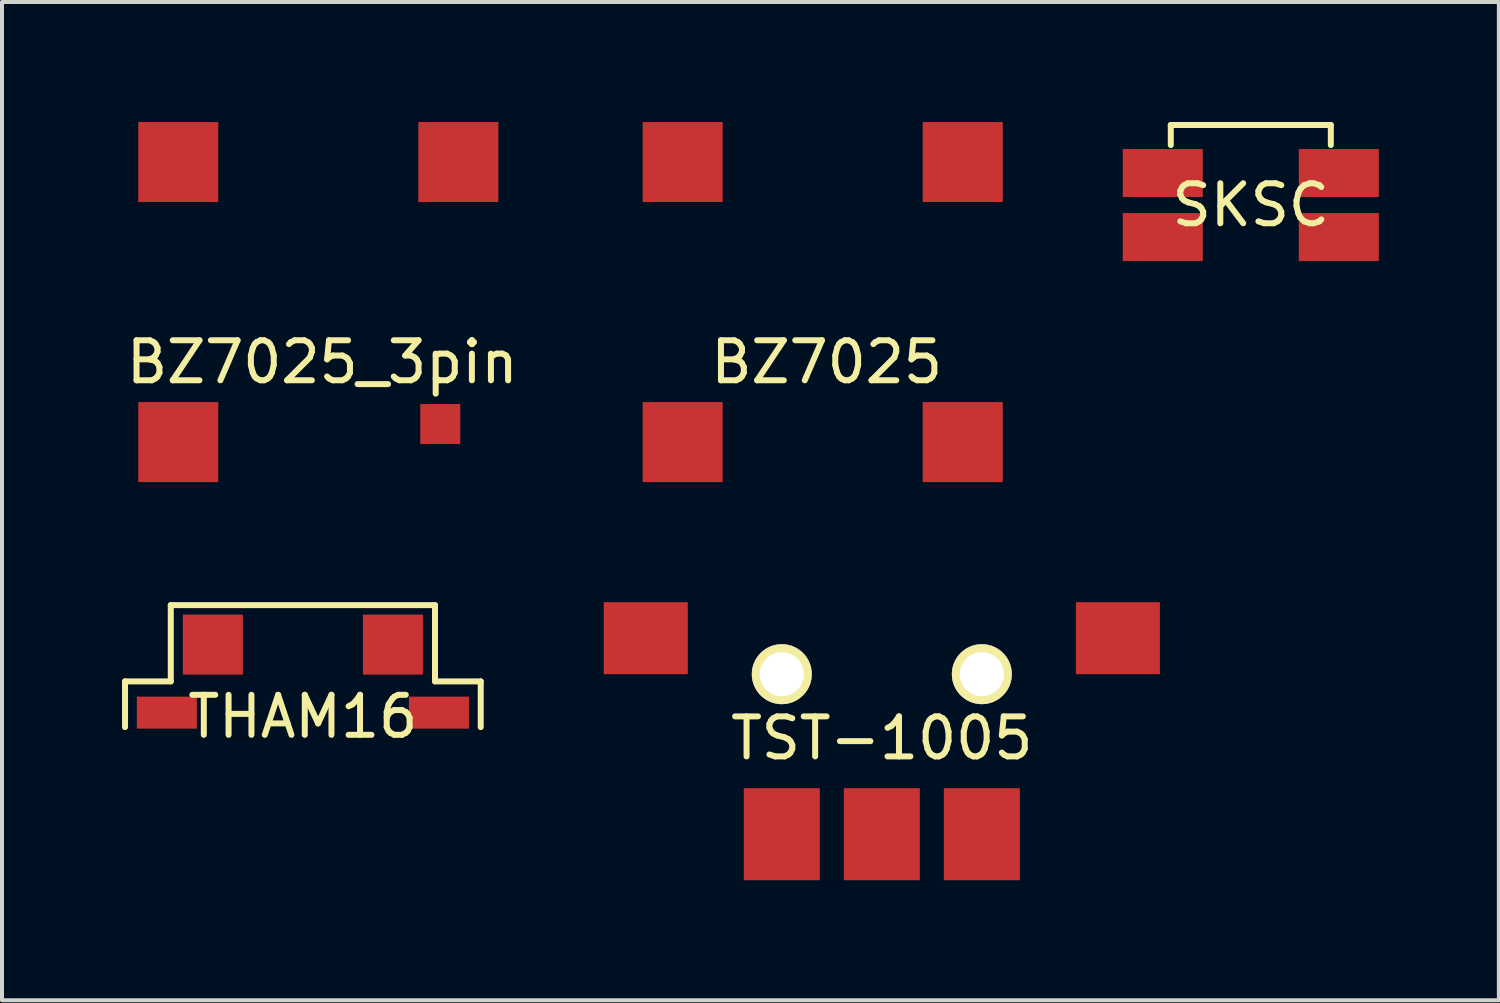
<source format=kicad_pcb>
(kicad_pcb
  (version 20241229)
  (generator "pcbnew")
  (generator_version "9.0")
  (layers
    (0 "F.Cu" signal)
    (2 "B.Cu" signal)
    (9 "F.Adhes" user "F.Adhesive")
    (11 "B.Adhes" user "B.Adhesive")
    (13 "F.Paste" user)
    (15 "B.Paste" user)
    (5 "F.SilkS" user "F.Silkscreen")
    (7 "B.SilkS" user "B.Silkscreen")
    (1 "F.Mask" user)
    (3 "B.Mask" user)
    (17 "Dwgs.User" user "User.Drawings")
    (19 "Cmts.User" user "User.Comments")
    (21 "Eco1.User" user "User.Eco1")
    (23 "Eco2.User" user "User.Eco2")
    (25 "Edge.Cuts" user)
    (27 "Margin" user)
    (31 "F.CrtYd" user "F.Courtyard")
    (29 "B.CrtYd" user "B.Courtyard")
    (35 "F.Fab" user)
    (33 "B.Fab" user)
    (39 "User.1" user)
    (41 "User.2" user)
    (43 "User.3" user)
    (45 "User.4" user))
  (footprint "THAM16"
    (layer "F.Cu")
    (at 4.52 14.361)
    (property "Reference" "THAM16" (at 0 0.5 0) (layer "F.SilkS") (effects (font (size 1 1) (thickness 0.15))))
    (attr through_hole)
    (fp_line (start -4.445 -0.381) (end -3.302 -0.381) (stroke (width 0.15) (type solid)) (layer "F.SilkS"))
    (fp_line (start -4.445 0.762) (end -4.445 -0.381) (stroke (width 0.15) (type solid)) (layer "F.SilkS"))
    (fp_line (start -3.302 -2.286) (end 3.302 -2.286) (stroke (width 0.15) (type solid)) (layer "F.SilkS"))
    (fp_line (start -3.302 -0.381) (end -3.302 -2.286) (stroke (width 0.15) (type solid)) (layer "F.SilkS"))
    (fp_line (start 3.302 -2.286) (end 3.302 -0.381) (stroke (width 0.15) (type solid)) (layer "F.SilkS"))
    (fp_line (start 3.302 -0.381) (end 4.445 -0.381) (stroke (width 0.15) (type solid)) (layer "F.SilkS"))
    (fp_line (start 4.445 -0.381) (end 4.445 0.762) (stroke (width 0.15) (type solid)) (layer "F.SilkS"))
    (pad "1" smd rect (at -2.25 -1.3) (size 1.5 1.5) (layers "F.Cu" "F.Mask" "F.Paste"))
    (pad "2" smd rect (at 2.25 -1.3) (size 1.5 1.5) (layers "F.Cu" "F.Mask" "F.Paste"))
    (pad "3" smd rect (at -3.4 0.4) (size 1.5 0.8) (layers "F.Cu" "F.Mask" "F.Paste"))
    (pad "4" smd rect (at 3.4 0.4) (size 1.5 0.8) (layers "F.Cu" "F.Mask" "F.Paste")))
  (footprint "BZ7025_3pin"
    (layer "F.Cu")
    (at 4.906 4.5)
    (property "Reference" "BZ7025_3pin" (at 0.1 1.5 0) (layer "F.SilkS") (effects (font (size 1 1) (thickness 0.15))))
    (attr through_hole)
    (pad "1" smd rect (at 3.5 -3.5) (size 2 2) (layers "F.Cu" "F.Mask" "F.Paste"))
    (pad "2" smd rect (at -3.5 -3.5) (size 2 2) (layers "F.Cu" "F.Mask" "F.Paste"))
    (pad "3" smd rect (at -3.5 3.5) (size 2 2) (layers "F.Cu" "F.Mask" "F.Paste"))
    (pad "4" smd rect (at 3.048 3.048) (size 1 1) (layers "F.Cu" "F.Mask" "F.Paste")))
  (footprint "BZ7025"
    (layer "F.Cu")
    (at 17.512 4.5)
    (property "Reference" "BZ7025" (at 0.1 1.5 0) (layer "F.SilkS") (effects (font (size 1 1) (thickness 0.15))))
    (attr through_hole)
    (pad "1" smd rect (at 3.5 -3.5) (size 2 2) (layers "F.Cu" "F.Mask" "F.Paste"))
    (pad "2" smd rect (at -3.5 -3.5) (size 2 2) (layers "F.Cu" "F.Mask" "F.Paste"))
    (pad "3" smd rect (at -3.5 3.5) (size 2 2) (layers "F.Cu" "F.Mask" "F.Paste"))
    (pad "4" smd rect (at 3.5 3.5) (size 2 2) (layers "F.Cu" "F.Mask" "F.Paste")))
  (footprint "SKSC"
    (layer "F.Cu")
    (at 28.212 2.075)
    (property "Reference" "SKSC" (at 0 0 0) (layer "F.SilkS") (effects (font (size 1 1) (thickness 0.15))))
    (attr through_hole)
    (fp_line (start -2 -2) (end 2 -2) (stroke (width 0.15) (type solid)) (layer "F.SilkS"))
    (fp_line (start -2 -1.5) (end -2 -2) (stroke (width 0.15) (type solid)) (layer "F.SilkS"))
    (fp_line (start 2 -2) (end 2 -1.5) (stroke (width 0.15) (type solid)) (layer "F.SilkS"))
    (pad "" smd rect (at 2.2 -0.8) (size 2 1.2) (layers "F.Cu" "F.Mask" "F.Paste"))
    (pad "" smd rect (at 2.2 0.8) (size 2 1.2) (layers "F.Cu" "F.Mask" "F.Paste"))
    (pad "1" smd rect (at -2.2 0.8) (size 2 1.2) (layers "F.Cu" "F.Mask" "F.Paste"))
    (pad "2" smd rect (at -2.2 -0.8) (size 2 1.2) (layers "F.Cu" "F.Mask" "F.Paste")))
  (footprint "TST-1005"
    (layer "F.Cu")
    (at 18.99 13.8)
    (property "Reference" "TST-1005" (at 0 1.6 0) (layer "F.SilkS") (effects (font (size 1 1) (thickness 0.15))))
    (attr through_hole)
    (pad "" thru_hole circle (at -2.5 0) (size 1.5 1.5) (drill 1.1) (layers "*.Cu" "*.Mask" "F.SilkS"))
    (pad "" thru_hole circle (at 2.5 0) (size 1.5 1.5) (drill 1.1) (layers "*.Cu" "*.Mask" "F.SilkS"))
    (pad "1" smd trapezoid (at -2.5 3.8) (size 1.9 2.3) (drill (offset 0 0.2)) (layers "F.Cu" "F.Mask" "F.Paste"))
    (pad "2" smd trapezoid (at 0 3.8) (size 1.9 2.3) (drill (offset 0 0.2)) (layers "F.Cu" "F.Mask" "F.Paste"))
    (pad "3" smd trapezoid (at 2.5 3.8) (size 1.9 2.3) (drill (offset 0 0.2)) (layers "F.Cu" "F.Mask" "F.Paste"))
    (pad "4" smd trapezoid (at -5.6 -0.9) (size 2.1 1.8) (drill (offset -0.3 0)) (layers "F.Cu" "F.Mask" "F.Paste"))
    (pad "5" smd trapezoid (at 5.6 -0.9) (size 2.1 1.8) (drill (offset 0.3 0)) (layers "F.Cu" "F.Mask" "F.Paste")))
  (gr_rect
    (start -3 -3)
    (end 34.412 21.95)
    (stroke (width 0.1) (type default))
    (fill no)
    (layer "Edge.Cuts")))
</source>
